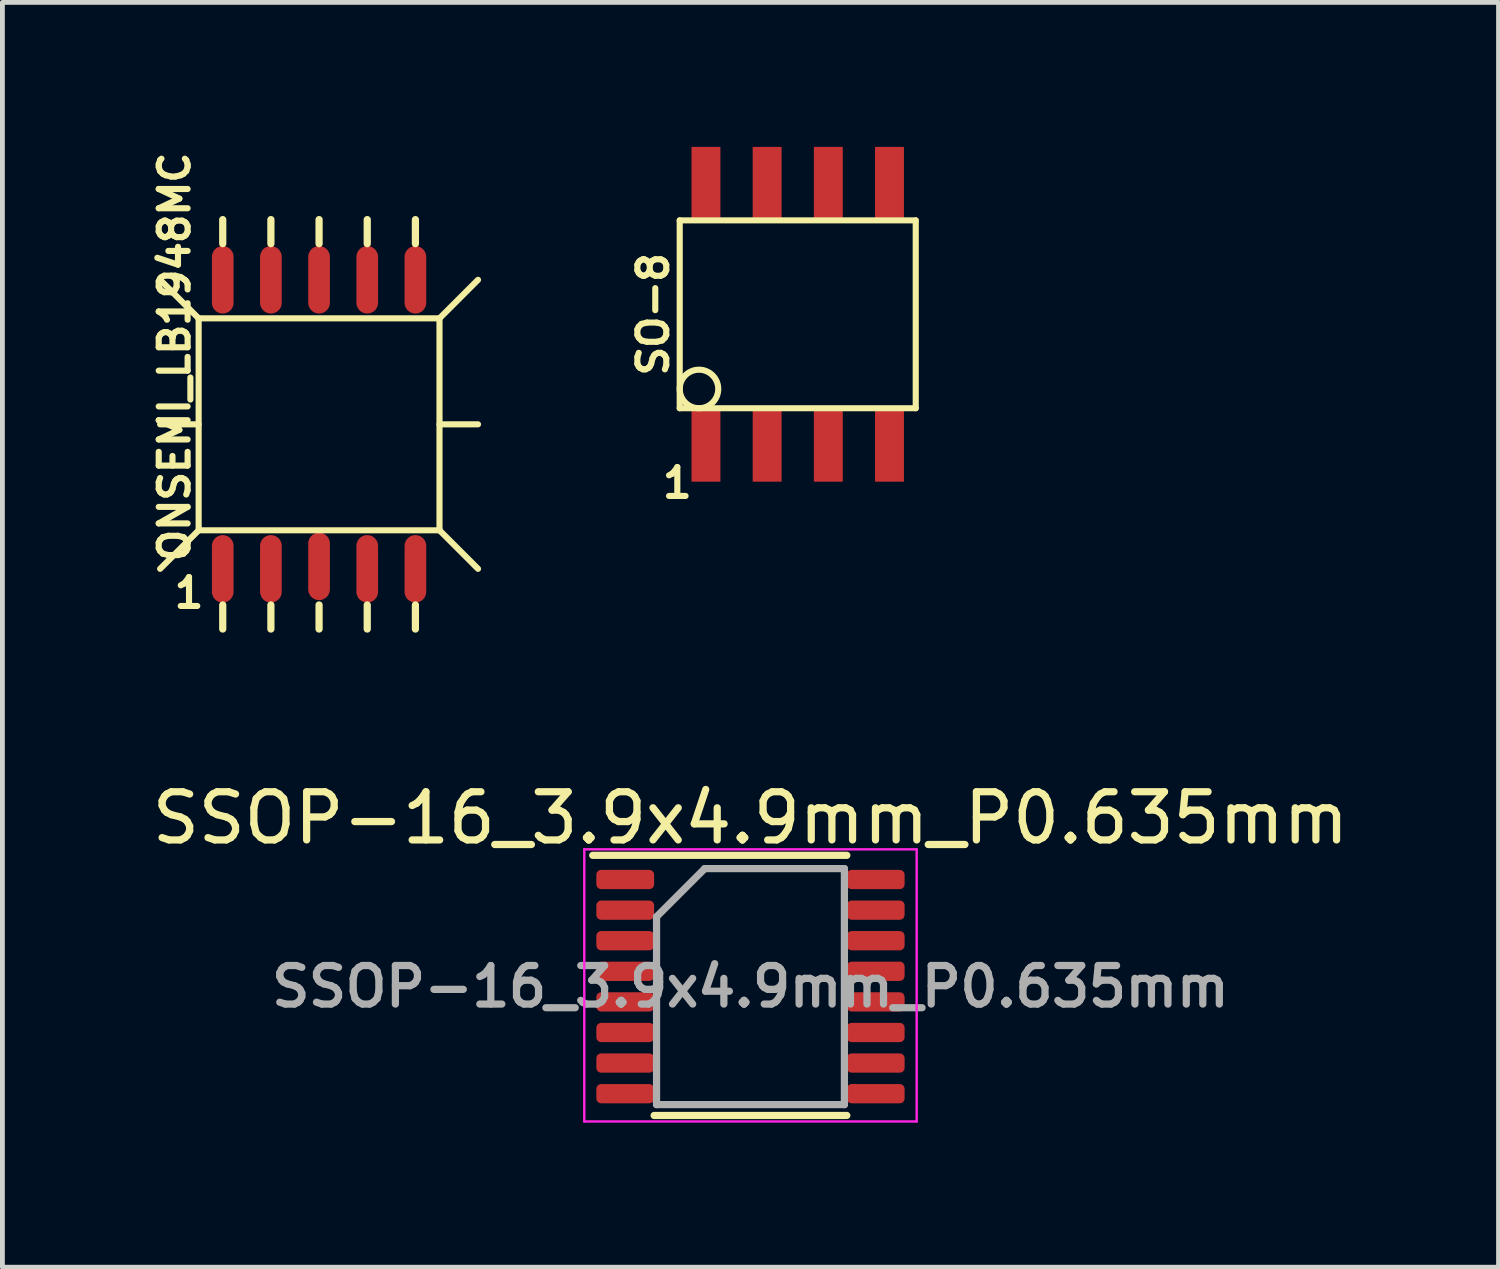
<source format=kicad_pcb>
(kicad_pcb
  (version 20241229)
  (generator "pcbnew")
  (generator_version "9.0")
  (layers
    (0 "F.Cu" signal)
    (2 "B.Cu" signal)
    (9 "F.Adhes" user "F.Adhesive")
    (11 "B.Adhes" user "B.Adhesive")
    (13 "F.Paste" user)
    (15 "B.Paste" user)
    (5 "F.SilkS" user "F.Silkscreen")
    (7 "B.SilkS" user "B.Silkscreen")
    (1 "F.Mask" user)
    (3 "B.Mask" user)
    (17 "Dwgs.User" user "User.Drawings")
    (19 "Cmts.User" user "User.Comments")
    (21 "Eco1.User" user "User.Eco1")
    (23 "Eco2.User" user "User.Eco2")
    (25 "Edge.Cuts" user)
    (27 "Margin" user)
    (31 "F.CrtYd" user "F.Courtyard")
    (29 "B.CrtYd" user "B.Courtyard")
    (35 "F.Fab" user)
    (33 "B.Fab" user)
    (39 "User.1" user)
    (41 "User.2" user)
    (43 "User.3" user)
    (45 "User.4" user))
  (footprint "ONSEMI_LB1948MC"
    (layer "F.Cu")
    (at 3.574 5.759)
    (property "Reference" "ONSEMI_LB1948MC" (at -3 -1.4 90) (layer "F.SilkS") (effects (font (size 0.6 0.6) (thickness 0.127))))
    (attr smd)
    (fp_line (start -2.5 -2.2) (end -3.3 -3) (stroke (width 0.127) (type solid)) (layer "F.SilkS"))
    (fp_line (start -2.5 -2.2) (end 2.5 -2.2) (stroke (width 0.127) (type solid)) (layer "F.SilkS"))
    (fp_line (start -2.5 0) (end -3.3 0) (stroke (width 0.127) (type solid)) (layer "F.SilkS"))
    (fp_line (start -2.5 2.2) (end -3.3 3) (stroke (width 0.127) (type solid)) (layer "F.SilkS"))
    (fp_line (start -2.5 2.2) (end -2.5 -2.2) (stroke (width 0.127) (type solid)) (layer "F.SilkS"))
    (fp_line (start -2 -3.75) (end -2 -4.25) (stroke (width 0.15) (type solid)) (layer "F.SilkS"))
    (fp_line (start -2 3.75) (end -2 4.25) (stroke (width 0.15) (type solid)) (layer "F.SilkS"))
    (fp_line (start -1 -3.75) (end -1 -4.25) (stroke (width 0.15) (type solid)) (layer "F.SilkS"))
    (fp_line (start -1 3.75) (end -1 4.25) (stroke (width 0.15) (type solid)) (layer "F.SilkS"))
    (fp_line (start 0 -3.75) (end 0 -4.25) (stroke (width 0.15) (type solid)) (layer "F.SilkS"))
    (fp_line (start 0 3.75) (end 0 4.25) (stroke (width 0.15) (type solid)) (layer "F.SilkS"))
    (fp_line (start 1 -3.75) (end 1 -4.25) (stroke (width 0.15) (type solid)) (layer "F.SilkS"))
    (fp_line (start 1 3.75) (end 1 4.25) (stroke (width 0.15) (type solid)) (layer "F.SilkS"))
    (fp_line (start 2 -3.75) (end 2 -4.25) (stroke (width 0.15) (type solid)) (layer "F.SilkS"))
    (fp_line (start 2 3.75) (end 2 4.25) (stroke (width 0.15) (type solid)) (layer "F.SilkS"))
    (fp_line (start 2.5 -2.2) (end 2.5 2.2) (stroke (width 0.127) (type solid)) (layer "F.SilkS"))
    (fp_line (start 2.5 -2.2) (end 3.3 -3) (stroke (width 0.127) (type solid)) (layer "F.SilkS"))
    (fp_line (start 2.5 0) (end 3.3 0) (stroke (width 0.127) (type solid)) (layer "F.SilkS"))
    (fp_line (start 2.5 2.2) (end -2.5 2.2) (stroke (width 0.127) (type solid)) (layer "F.SilkS"))
    (fp_line (start 2.5 2.2) (end 3.3 3) (stroke (width 0.127) (type solid)) (layer "F.SilkS"))
    (fp_text user "1" (at -2.7 3.5 0) (layer "F.SilkS") (effects (font (size 0.6 0.6) (thickness 0.127))))
    (pad "1" smd oval (at -2 3) (size 0.45 1.4) (layers "F.Cu" "F.Mask" "F.Paste"))
    (pad "2" smd oval (at -1 3) (size 0.45 1.4) (layers "F.Cu" "F.Mask" "F.Paste"))
    (pad "3" smd oval (at 0 2.95) (size 0.45 1.4) (layers "F.Cu" "F.Mask" "F.Paste"))
    (pad "4" smd oval (at 1 3) (size 0.45 1.4) (layers "F.Cu" "F.Mask" "F.Paste"))
    (pad "5" smd oval (at 2 3) (size 0.45 1.4) (layers "F.Cu" "F.Mask" "F.Paste"))
    (pad "6" smd oval (at 2 -3 180) (size 0.45 1.4) (layers "F.Cu" "F.Mask" "F.Paste"))
    (pad "7" smd oval (at 1 -3 180) (size 0.45 1.4) (layers "F.Cu" "F.Mask" "F.Paste"))
    (pad "8" smd oval (at 0 -3 180) (size 0.45 1.4) (layers "F.Cu" "F.Mask" "F.Paste"))
    (pad "9" smd oval (at -1 -3 180) (size 0.45 1.4) (layers "F.Cu" "F.Mask" "F.Paste"))
    (pad "10" smd oval (at -2 -3 180) (size 0.45 1.4) (layers "F.Cu" "F.Mask" "F.Paste")))
  (footprint "SSOP-16_3.9x4.9mm_P0.635mm"
    (layer "F.Cu")
    (at 12.53 17.432)
    (property "Reference" "SSOP-16_3.9x4.9mm_P0.635mm" (at 0 -3.5 0) (layer "F.SilkS") (effects (font (size 1 1) (thickness 0.15))))
    (attr smd)
    (fp_line (start -3.275 -2.725) (end 2 -2.725) (stroke (width 0.15) (type solid)) (layer "F.SilkS"))
    (fp_line (start -2 2.675) (end 2 2.675) (stroke (width 0.15) (type solid)) (layer "F.SilkS"))
    (fp_line (start -3.45 -2.85) (end -3.45 2.8) (stroke (width 0.05) (type solid)) (layer "F.CrtYd"))
    (fp_line (start -3.45 -2.85) (end 3.45 -2.85) (stroke (width 0.05) (type solid)) (layer "F.CrtYd"))
    (fp_line (start -3.45 2.8) (end 3.45 2.8) (stroke (width 0.05) (type solid)) (layer "F.CrtYd"))
    (fp_line (start 3.45 -2.85) (end 3.45 2.8) (stroke (width 0.05) (type solid)) (layer "F.CrtYd"))
    (fp_line (start -1.95 -1.45) (end -0.95 -2.45) (stroke (width 0.15) (type solid)) (layer "F.Fab"))
    (fp_line (start -1.95 2.45) (end -1.95 -1.45) (stroke (width 0.15) (type solid)) (layer "F.Fab"))
    (fp_line (start -0.95 -2.45) (end 1.95 -2.45) (stroke (width 0.15) (type solid)) (layer "F.Fab"))
    (fp_line (start 1.95 -2.45) (end 1.95 2.45) (stroke (width 0.15) (type solid)) (layer "F.Fab"))
    (fp_line (start 1.95 2.45) (end -1.95 2.45) (stroke (width 0.15) (type solid)) (layer "F.Fab"))
    (fp_text user "${REFERENCE}" (at 0 0 0) (layer "F.Fab") (effects (font (size 0.8 0.8) (thickness 0.15))))
    (pad "1" smd roundrect (at -2.6 -2.223) (size 1.2 0.4) (layers "F.Cu" "F.Mask" "F.Paste") (roundrect_rratio 0.25))
    (pad "2" smd roundrect (at -2.6 -1.587) (size 1.2 0.4) (layers "F.Cu" "F.Mask" "F.Paste") (roundrect_rratio 0.25))
    (pad "3" smd roundrect (at -2.6 -0.953) (size 1.2 0.4) (layers "F.Cu" "F.Mask" "F.Paste") (roundrect_rratio 0.25))
    (pad "4" smd roundrect (at -2.6 -0.318) (size 1.2 0.4) (layers "F.Cu" "F.Mask" "F.Paste") (roundrect_rratio 0.25))
    (pad "5" smd roundrect (at -2.6 0.318) (size 1.2 0.4) (layers "F.Cu" "F.Mask" "F.Paste") (roundrect_rratio 0.25))
    (pad "6" smd roundrect (at -2.6 0.953) (size 1.2 0.4) (layers "F.Cu" "F.Mask" "F.Paste") (roundrect_rratio 0.25))
    (pad "7" smd roundrect (at -2.6 1.587) (size 1.2 0.4) (layers "F.Cu" "F.Mask" "F.Paste") (roundrect_rratio 0.25))
    (pad "8" smd roundrect (at -2.6 2.223) (size 1.2 0.4) (layers "F.Cu" "F.Mask" "F.Paste") (roundrect_rratio 0.25))
    (pad "9" smd roundrect (at 2.6 2.223) (size 1.2 0.4) (layers "F.Cu" "F.Mask" "F.Paste") (roundrect_rratio 0.25))
    (pad "10" smd roundrect (at 2.6 1.587) (size 1.2 0.4) (layers "F.Cu" "F.Mask" "F.Paste") (roundrect_rratio 0.25))
    (pad "11" smd roundrect (at 2.6 0.953) (size 1.2 0.4) (layers "F.Cu" "F.Mask" "F.Paste") (roundrect_rratio 0.25))
    (pad "12" smd roundrect (at 2.6 0.318) (size 1.2 0.4) (layers "F.Cu" "F.Mask" "F.Paste") (roundrect_rratio 0.25))
    (pad "13" smd roundrect (at 2.6 -0.318) (size 1.2 0.4) (layers "F.Cu" "F.Mask" "F.Paste") (roundrect_rratio 0.25))
    (pad "14" smd roundrect (at 2.6 -0.953) (size 1.2 0.4) (layers "F.Cu" "F.Mask" "F.Paste") (roundrect_rratio 0.25))
    (pad "15" smd roundrect (at 2.6 -1.587) (size 1.2 0.4) (layers "F.Cu" "F.Mask" "F.Paste") (roundrect_rratio 0.25))
    (pad "16" smd roundrect (at 2.6 -2.223) (size 1.2 0.4) (layers "F.Cu" "F.Mask" "F.Paste") (roundrect_rratio 0.25)))
  (footprint "SO-8"
    (layer "F.Cu")
    (at 13.511 3.475)
    (property "Reference" "SO-8" (at -3 0 90) (layer "F.SilkS") (effects (font (size 0.6 0.6) (thickness 0.127))))
    (attr smd)
    (fp_line (start -2.45 -1.95) (end -2.45 1.95) (stroke (width 0.127) (type solid)) (layer "F.SilkS"))
    (fp_line (start -2.45 1.95) (end 2.45 1.95) (stroke (width 0.127) (type solid)) (layer "F.SilkS"))
    (fp_line (start 2.45 -1.95) (end -2.45 -1.95) (stroke (width 0.127) (type solid)) (layer "F.SilkS"))
    (fp_line (start 2.45 1.95) (end 2.45 -1.95) (stroke (width 0.127) (type solid)) (layer "F.SilkS"))
    (fp_circle (center -2.05 1.55) (end -2.05 1.95) (stroke (width 0.127) (type solid)) (fill no) (layer "F.SilkS"))
    (fp_text user "1" (at -2.5 3.5 0) (layer "F.SilkS") (effects (font (size 0.6 0.6) (thickness 0.127))))
    (pad "1" smd rect (at -1.905 2.7) (size 0.6 1.55) (layers "F.Cu" "F.Mask" "F.Paste"))
    (pad "2" smd rect (at -0.635 2.7) (size 0.6 1.55) (layers "F.Cu" "F.Mask" "F.Paste"))
    (pad "3" smd rect (at 0.635 2.7) (size 0.6 1.55) (layers "F.Cu" "F.Mask" "F.Paste"))
    (pad "4" smd rect (at 1.905 2.7) (size 0.6 1.55) (layers "F.Cu" "F.Mask" "F.Paste"))
    (pad "5" smd rect (at 1.905 -2.7) (size 0.6 1.55) (layers "F.Cu" "F.Mask" "F.Paste"))
    (pad "6" smd rect (at 0.635 -2.7) (size 0.6 1.55) (layers "F.Cu" "F.Mask" "F.Paste"))
    (pad "7" smd rect (at -0.635 -2.7) (size 0.6 1.55) (layers "F.Cu" "F.Mask" "F.Paste"))
    (pad "8" smd rect (at -1.905 -2.7) (size 0.6 1.55) (layers "F.Cu" "F.Mask" "F.Paste")))
  (gr_rect
    (start -3 -3)
    (end 28.06 23.257)
    (stroke (width 0.1) (type default))
    (fill no)
    (layer "Edge.Cuts")))
</source>
